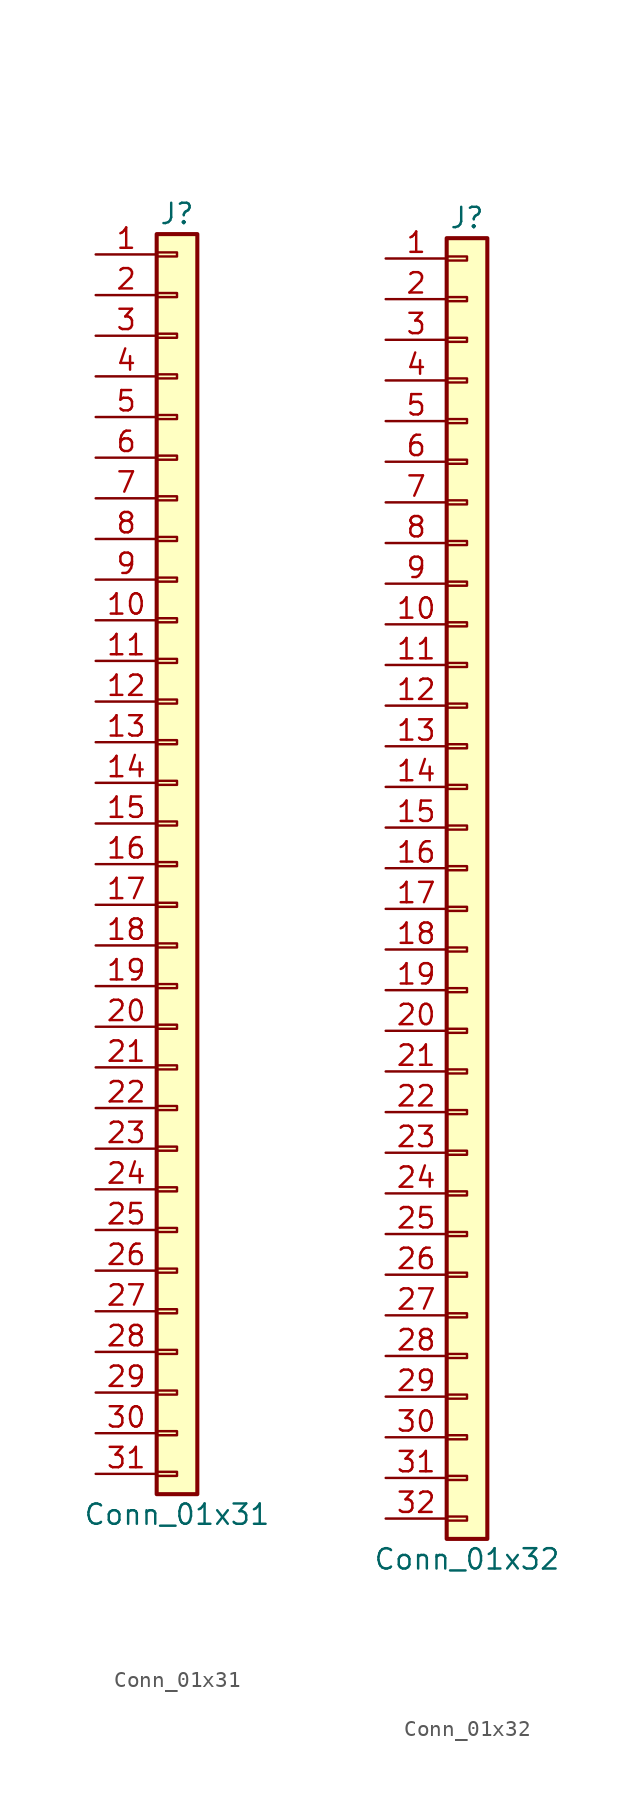
<source format=kicad_sym>
(kicad_symbol_lib
  (version 20220914)
  (generator kicad_symbol_editor)
  (symbol "Conn_01x31"
    (pin_names
      (offset 1.016) hide)
    (property "Reference" "J"
      (at 0 40.64 0)
      (effects (font (size 1.27 1.27))))
    (property "Value" "Conn_01x31"
      (at 0 -40.64 0)
      (effects (font (size 1.27 1.27))))
    (symbol "Conn_01x31_1_1"
      (rectangle (start -1.27 -37.973) (end 0 -38.227) (stroke (width 0.152) (type solid)) (fill (type none)))
      (rectangle (start -1.27 -35.433) (end 0 -35.687) (stroke (width 0.152) (type solid)) (fill (type none)))
      (rectangle (start -1.27 -32.893) (end 0 -33.147) (stroke (width 0.152) (type solid)) (fill (type none)))
      (rectangle (start -1.27 -30.353) (end 0 -30.607) (stroke (width 0.152) (type solid)) (fill (type none)))
      (rectangle (start -1.27 -27.813) (end 0 -28.067) (stroke (width 0.152) (type solid)) (fill (type none)))
      (rectangle (start -1.27 -25.273) (end 0 -25.527) (stroke (width 0.152) (type solid)) (fill (type none)))
      (rectangle (start -1.27 -22.733) (end 0 -22.987) (stroke (width 0.152) (type solid)) (fill (type none)))
      (rectangle (start -1.27 -20.193) (end 0 -20.447) (stroke (width 0.152) (type solid)) (fill (type none)))
      (rectangle (start -1.27 -17.653) (end 0 -17.907) (stroke (width 0.152) (type solid)) (fill (type none)))
      (rectangle (start -1.27 -15.113) (end 0 -15.367) (stroke (width 0.152) (type solid)) (fill (type none)))
      (rectangle (start -1.27 -12.573) (end 0 -12.827) (stroke (width 0.152) (type solid)) (fill (type none)))
      (rectangle (start -1.27 -10.033) (end 0 -10.287) (stroke (width 0.152) (type solid)) (fill (type none)))
      (rectangle (start -1.27 -7.493) (end 0 -7.747) (stroke (width 0.152) (type solid)) (fill (type none)))
      (rectangle (start -1.27 -4.953) (end 0 -5.207) (stroke (width 0.152) (type solid)) (fill (type none)))
      (rectangle (start -1.27 -2.413) (end 0 -2.667) (stroke (width 0.152) (type solid)) (fill (type none)))
      (rectangle (start -1.27 0.127) (end 0 -0.127) (stroke (width 0.152) (type solid)) (fill (type none)))
      (rectangle (start -1.27 2.667) (end 0 2.413) (stroke (width 0.152) (type solid)) (fill (type none)))
      (rectangle (start -1.27 5.207) (end 0 4.953) (stroke (width 0.152) (type solid)) (fill (type none)))
      (rectangle (start -1.27 7.747) (end 0 7.493) (stroke (width 0.152) (type solid)) (fill (type none)))
      (rectangle (start -1.27 10.287) (end 0 10.033) (stroke (width 0.152) (type solid)) (fill (type none)))
      (rectangle (start -1.27 12.827) (end 0 12.573) (stroke (width 0.152) (type solid)) (fill (type none)))
      (rectangle (start -1.27 15.367) (end 0 15.113) (stroke (width 0.152) (type solid)) (fill (type none)))
      (rectangle (start -1.27 17.907) (end 0 17.653) (stroke (width 0.152) (type solid)) (fill (type none)))
      (rectangle (start -1.27 20.447) (end 0 20.193) (stroke (width 0.152) (type solid)) (fill (type none)))
      (rectangle (start -1.27 22.987) (end 0 22.733) (stroke (width 0.152) (type solid)) (fill (type none)))
      (rectangle (start -1.27 25.527) (end 0 25.273) (stroke (width 0.152) (type solid)) (fill (type none)))
      (rectangle (start -1.27 28.067) (end 0 27.813) (stroke (width 0.152) (type solid)) (fill (type none)))
      (rectangle (start -1.27 30.607) (end 0 30.353) (stroke (width 0.152) (type solid)) (fill (type none)))
      (rectangle (start -1.27 33.147) (end 0 32.893) (stroke (width 0.152) (type solid)) (fill (type none)))
      (rectangle (start -1.27 35.687) (end 0 35.433) (stroke (width 0.152) (type solid)) (fill (type none)))
      (rectangle (start -1.27 38.227) (end 0 37.973) (stroke (width 0.152) (type solid)) (fill (type none)))
      (rectangle (start -1.27 39.37) (end 1.27 -39.37) (stroke (width 0.254) (type solid)) (fill (type background)))
      (pin passive line (at -5.08 38.1 0) (length 3.81) (name "Pin_1" (effects (font (size 1.27 1.27)))) (number "1" (effects (font (size 1.27 1.27)))))
      (pin passive line (at -5.08 15.24 0) (length 3.81) (name "Pin_10" (effects (font (size 1.27 1.27)))) (number "10" (effects (font (size 1.27 1.27)))))
      (pin passive line (at -5.08 12.7 0) (length 3.81) (name "Pin_11" (effects (font (size 1.27 1.27)))) (number "11" (effects (font (size 1.27 1.27)))))
      (pin passive line (at -5.08 10.16 0) (length 3.81) (name "Pin_12" (effects (font (size 1.27 1.27)))) (number "12" (effects (font (size 1.27 1.27)))))
      (pin passive line (at -5.08 7.62 0) (length 3.81) (name "Pin_13" (effects (font (size 1.27 1.27)))) (number "13" (effects (font (size 1.27 1.27)))))
      (pin passive line (at -5.08 5.08 0) (length 3.81) (name "Pin_14" (effects (font (size 1.27 1.27)))) (number "14" (effects (font (size 1.27 1.27)))))
      (pin passive line (at -5.08 2.54 0) (length 3.81) (name "Pin_15" (effects (font (size 1.27 1.27)))) (number "15" (effects (font (size 1.27 1.27)))))
      (pin passive line (at -5.08 0 0) (length 3.81) (name "Pin_16" (effects (font (size 1.27 1.27)))) (number "16" (effects (font (size 1.27 1.27)))))
      (pin passive line (at -5.08 -2.54 0) (length 3.81) (name "Pin_17" (effects (font (size 1.27 1.27)))) (number "17" (effects (font (size 1.27 1.27)))))
      (pin passive line (at -5.08 -5.08 0) (length 3.81) (name "Pin_18" (effects (font (size 1.27 1.27)))) (number "18" (effects (font (size 1.27 1.27)))))
      (pin passive line (at -5.08 -7.62 0) (length 3.81) (name "Pin_19" (effects (font (size 1.27 1.27)))) (number "19" (effects (font (size 1.27 1.27)))))
      (pin passive line (at -5.08 35.56 0) (length 3.81) (name "Pin_2" (effects (font (size 1.27 1.27)))) (number "2" (effects (font (size 1.27 1.27)))))
      (pin passive line (at -5.08 -10.16 0) (length 3.81) (name "Pin_20" (effects (font (size 1.27 1.27)))) (number "20" (effects (font (size 1.27 1.27)))))
      (pin passive line (at -5.08 -12.7 0) (length 3.81) (name "Pin_21" (effects (font (size 1.27 1.27)))) (number "21" (effects (font (size 1.27 1.27)))))
      (pin passive line (at -5.08 -15.24 0) (length 3.81) (name "Pin_22" (effects (font (size 1.27 1.27)))) (number "22" (effects (font (size 1.27 1.27)))))
      (pin passive line (at -5.08 -17.78 0) (length 3.81) (name "Pin_23" (effects (font (size 1.27 1.27)))) (number "23" (effects (font (size 1.27 1.27)))))
      (pin passive line (at -5.08 -20.32 0) (length 3.81) (name "Pin_24" (effects (font (size 1.27 1.27)))) (number "24" (effects (font (size 1.27 1.27)))))
      (pin passive line (at -5.08 -22.86 0) (length 3.81) (name "Pin_25" (effects (font (size 1.27 1.27)))) (number "25" (effects (font (size 1.27 1.27)))))
      (pin passive line (at -5.08 -25.4 0) (length 3.81) (name "Pin_26" (effects (font (size 1.27 1.27)))) (number "26" (effects (font (size 1.27 1.27)))))
      (pin passive line (at -5.08 -27.94 0) (length 3.81) (name "Pin_27" (effects (font (size 1.27 1.27)))) (number "27" (effects (font (size 1.27 1.27)))))
      (pin passive line (at -5.08 -30.48 0) (length 3.81) (name "Pin_28" (effects (font (size 1.27 1.27)))) (number "28" (effects (font (size 1.27 1.27)))))
      (pin passive line (at -5.08 -33.02 0) (length 3.81) (name "Pin_29" (effects (font (size 1.27 1.27)))) (number "29" (effects (font (size 1.27 1.27)))))
      (pin passive line (at -5.08 33.02 0) (length 3.81) (name "Pin_3" (effects (font (size 1.27 1.27)))) (number "3" (effects (font (size 1.27 1.27)))))
      (pin passive line (at -5.08 -35.56 0) (length 3.81) (name "Pin_30" (effects (font (size 1.27 1.27)))) (number "30" (effects (font (size 1.27 1.27)))))
      (pin passive line (at -5.08 -38.1 0) (length 3.81) (name "Pin_31" (effects (font (size 1.27 1.27)))) (number "31" (effects (font (size 1.27 1.27)))))
      (pin passive line (at -5.08 30.48 0) (length 3.81) (name "Pin_4" (effects (font (size 1.27 1.27)))) (number "4" (effects (font (size 1.27 1.27)))))
      (pin passive line (at -5.08 27.94 0) (length 3.81) (name "Pin_5" (effects (font (size 1.27 1.27)))) (number "5" (effects (font (size 1.27 1.27)))))
      (pin passive line (at -5.08 25.4 0) (length 3.81) (name "Pin_6" (effects (font (size 1.27 1.27)))) (number "6" (effects (font (size 1.27 1.27)))))
      (pin passive line (at -5.08 22.86 0) (length 3.81) (name "Pin_7" (effects (font (size 1.27 1.27)))) (number "7" (effects (font (size 1.27 1.27)))))
      (pin passive line (at -5.08 20.32 0) (length 3.81) (name "Pin_8" (effects (font (size 1.27 1.27)))) (number "8" (effects (font (size 1.27 1.27)))))
      (pin passive line (at -5.08 17.78 0) (length 3.81) (name "Pin_9" (effects (font (size 1.27 1.27)))) (number "9" (effects (font (size 1.27 1.27)))))))
  (symbol "Conn_01x32"
    (pin_names
      (offset 1.016) hide)
    (property "Reference" "J"
      (at 0 40.64 0)
      (effects (font (size 1.27 1.27))))
    (property "Value" "Conn_01x32"
      (at 0 -43.18 0)
      (effects (font (size 1.27 1.27))))
    (symbol "Conn_01x32_1_1"
      (rectangle (start -1.27 -40.513) (end 0 -40.767) (stroke (width 0.152) (type solid)) (fill (type none)))
      (rectangle (start -1.27 -37.973) (end 0 -38.227) (stroke (width 0.152) (type solid)) (fill (type none)))
      (rectangle (start -1.27 -35.433) (end 0 -35.687) (stroke (width 0.152) (type solid)) (fill (type none)))
      (rectangle (start -1.27 -32.893) (end 0 -33.147) (stroke (width 0.152) (type solid)) (fill (type none)))
      (rectangle (start -1.27 -30.353) (end 0 -30.607) (stroke (width 0.152) (type solid)) (fill (type none)))
      (rectangle (start -1.27 -27.813) (end 0 -28.067) (stroke (width 0.152) (type solid)) (fill (type none)))
      (rectangle (start -1.27 -25.273) (end 0 -25.527) (stroke (width 0.152) (type solid)) (fill (type none)))
      (rectangle (start -1.27 -22.733) (end 0 -22.987) (stroke (width 0.152) (type solid)) (fill (type none)))
      (rectangle (start -1.27 -20.193) (end 0 -20.447) (stroke (width 0.152) (type solid)) (fill (type none)))
      (rectangle (start -1.27 -17.653) (end 0 -17.907) (stroke (width 0.152) (type solid)) (fill (type none)))
      (rectangle (start -1.27 -15.113) (end 0 -15.367) (stroke (width 0.152) (type solid)) (fill (type none)))
      (rectangle (start -1.27 -12.573) (end 0 -12.827) (stroke (width 0.152) (type solid)) (fill (type none)))
      (rectangle (start -1.27 -10.033) (end 0 -10.287) (stroke (width 0.152) (type solid)) (fill (type none)))
      (rectangle (start -1.27 -7.493) (end 0 -7.747) (stroke (width 0.152) (type solid)) (fill (type none)))
      (rectangle (start -1.27 -4.953) (end 0 -5.207) (stroke (width 0.152) (type solid)) (fill (type none)))
      (rectangle (start -1.27 -2.413) (end 0 -2.667) (stroke (width 0.152) (type solid)) (fill (type none)))
      (rectangle (start -1.27 0.127) (end 0 -0.127) (stroke (width 0.152) (type solid)) (fill (type none)))
      (rectangle (start -1.27 2.667) (end 0 2.413) (stroke (width 0.152) (type solid)) (fill (type none)))
      (rectangle (start -1.27 5.207) (end 0 4.953) (stroke (width 0.152) (type solid)) (fill (type none)))
      (rectangle (start -1.27 7.747) (end 0 7.493) (stroke (width 0.152) (type solid)) (fill (type none)))
      (rectangle (start -1.27 10.287) (end 0 10.033) (stroke (width 0.152) (type solid)) (fill (type none)))
      (rectangle (start -1.27 12.827) (end 0 12.573) (stroke (width 0.152) (type solid)) (fill (type none)))
      (rectangle (start -1.27 15.367) (end 0 15.113) (stroke (width 0.152) (type solid)) (fill (type none)))
      (rectangle (start -1.27 17.907) (end 0 17.653) (stroke (width 0.152) (type solid)) (fill (type none)))
      (rectangle (start -1.27 20.447) (end 0 20.193) (stroke (width 0.152) (type solid)) (fill (type none)))
      (rectangle (start -1.27 22.987) (end 0 22.733) (stroke (width 0.152) (type solid)) (fill (type none)))
      (rectangle (start -1.27 25.527) (end 0 25.273) (stroke (width 0.152) (type solid)) (fill (type none)))
      (rectangle (start -1.27 28.067) (end 0 27.813) (stroke (width 0.152) (type solid)) (fill (type none)))
      (rectangle (start -1.27 30.607) (end 0 30.353) (stroke (width 0.152) (type solid)) (fill (type none)))
      (rectangle (start -1.27 33.147) (end 0 32.893) (stroke (width 0.152) (type solid)) (fill (type none)))
      (rectangle (start -1.27 35.687) (end 0 35.433) (stroke (width 0.152) (type solid)) (fill (type none)))
      (rectangle (start -1.27 38.227) (end 0 37.973) (stroke (width 0.152) (type solid)) (fill (type none)))
      (rectangle (start -1.27 39.37) (end 1.27 -41.91) (stroke (width 0.254) (type solid)) (fill (type background)))
      (pin passive line (at -5.08 38.1 0) (length 3.81) (name "Pin_1" (effects (font (size 1.27 1.27)))) (number "1" (effects (font (size 1.27 1.27)))))
      (pin passive line (at -5.08 15.24 0) (length 3.81) (name "Pin_10" (effects (font (size 1.27 1.27)))) (number "10" (effects (font (size 1.27 1.27)))))
      (pin passive line (at -5.08 12.7 0) (length 3.81) (name "Pin_11" (effects (font (size 1.27 1.27)))) (number "11" (effects (font (size 1.27 1.27)))))
      (pin passive line (at -5.08 10.16 0) (length 3.81) (name "Pin_12" (effects (font (size 1.27 1.27)))) (number "12" (effects (font (size 1.27 1.27)))))
      (pin passive line (at -5.08 7.62 0) (length 3.81) (name "Pin_13" (effects (font (size 1.27 1.27)))) (number "13" (effects (font (size 1.27 1.27)))))
      (pin passive line (at -5.08 5.08 0) (length 3.81) (name "Pin_14" (effects (font (size 1.27 1.27)))) (number "14" (effects (font (size 1.27 1.27)))))
      (pin passive line (at -5.08 2.54 0) (length 3.81) (name "Pin_15" (effects (font (size 1.27 1.27)))) (number "15" (effects (font (size 1.27 1.27)))))
      (pin passive line (at -5.08 0 0) (length 3.81) (name "Pin_16" (effects (font (size 1.27 1.27)))) (number "16" (effects (font (size 1.27 1.27)))))
      (pin passive line (at -5.08 -2.54 0) (length 3.81) (name "Pin_17" (effects (font (size 1.27 1.27)))) (number "17" (effects (font (size 1.27 1.27)))))
      (pin passive line (at -5.08 -5.08 0) (length 3.81) (name "Pin_18" (effects (font (size 1.27 1.27)))) (number "18" (effects (font (size 1.27 1.27)))))
      (pin passive line (at -5.08 -7.62 0) (length 3.81) (name "Pin_19" (effects (font (size 1.27 1.27)))) (number "19" (effects (font (size 1.27 1.27)))))
      (pin passive line (at -5.08 35.56 0) (length 3.81) (name "Pin_2" (effects (font (size 1.27 1.27)))) (number "2" (effects (font (size 1.27 1.27)))))
      (pin passive line (at -5.08 -10.16 0) (length 3.81) (name "Pin_20" (effects (font (size 1.27 1.27)))) (number "20" (effects (font (size 1.27 1.27)))))
      (pin passive line (at -5.08 -12.7 0) (length 3.81) (name "Pin_21" (effects (font (size 1.27 1.27)))) (number "21" (effects (font (size 1.27 1.27)))))
      (pin passive line (at -5.08 -15.24 0) (length 3.81) (name "Pin_22" (effects (font (size 1.27 1.27)))) (number "22" (effects (font (size 1.27 1.27)))))
      (pin passive line (at -5.08 -17.78 0) (length 3.81) (name "Pin_23" (effects (font (size 1.27 1.27)))) (number "23" (effects (font (size 1.27 1.27)))))
      (pin passive line (at -5.08 -20.32 0) (length 3.81) (name "Pin_24" (effects (font (size 1.27 1.27)))) (number "24" (effects (font (size 1.27 1.27)))))
      (pin passive line (at -5.08 -22.86 0) (length 3.81) (name "Pin_25" (effects (font (size 1.27 1.27)))) (number "25" (effects (font (size 1.27 1.27)))))
      (pin passive line (at -5.08 -25.4 0) (length 3.81) (name "Pin_26" (effects (font (size 1.27 1.27)))) (number "26" (effects (font (size 1.27 1.27)))))
      (pin passive line (at -5.08 -27.94 0) (length 3.81) (name "Pin_27" (effects (font (size 1.27 1.27)))) (number "27" (effects (font (size 1.27 1.27)))))
      (pin passive line (at -5.08 -30.48 0) (length 3.81) (name "Pin_28" (effects (font (size 1.27 1.27)))) (number "28" (effects (font (size 1.27 1.27)))))
      (pin passive line (at -5.08 -33.02 0) (length 3.81) (name "Pin_29" (effects (font (size 1.27 1.27)))) (number "29" (effects (font (size 1.27 1.27)))))
      (pin passive line (at -5.08 33.02 0) (length 3.81) (name "Pin_3" (effects (font (size 1.27 1.27)))) (number "3" (effects (font (size 1.27 1.27)))))
      (pin passive line (at -5.08 -35.56 0) (length 3.81) (name "Pin_30" (effects (font (size 1.27 1.27)))) (number "30" (effects (font (size 1.27 1.27)))))
      (pin passive line (at -5.08 -38.1 0) (length 3.81) (name "Pin_31" (effects (font (size 1.27 1.27)))) (number "31" (effects (font (size 1.27 1.27)))))
      (pin passive line (at -5.08 -40.64 0) (length 3.81) (name "Pin_32" (effects (font (size 1.27 1.27)))) (number "32" (effects (font (size 1.27 1.27)))))
      (pin passive line (at -5.08 30.48 0) (length 3.81) (name "Pin_4" (effects (font (size 1.27 1.27)))) (number "4" (effects (font (size 1.27 1.27)))))
      (pin passive line (at -5.08 27.94 0) (length 3.81) (name "Pin_5" (effects (font (size 1.27 1.27)))) (number "5" (effects (font (size 1.27 1.27)))))
      (pin passive line (at -5.08 25.4 0) (length 3.81) (name "Pin_6" (effects (font (size 1.27 1.27)))) (number "6" (effects (font (size 1.27 1.27)))))
      (pin passive line (at -5.08 22.86 0) (length 3.81) (name "Pin_7" (effects (font (size 1.27 1.27)))) (number "7" (effects (font (size 1.27 1.27)))))
      (pin passive line (at -5.08 20.32 0) (length 3.81) (name "Pin_8" (effects (font (size 1.27 1.27)))) (number "8" (effects (font (size 1.27 1.27)))))
      (pin passive line (at -5.08 17.78 0) (length 3.81) (name "Pin_9" (effects (font (size 1.27 1.27)))) (number "9" (effects (font (size 1.27 1.27))))))))
</source>
